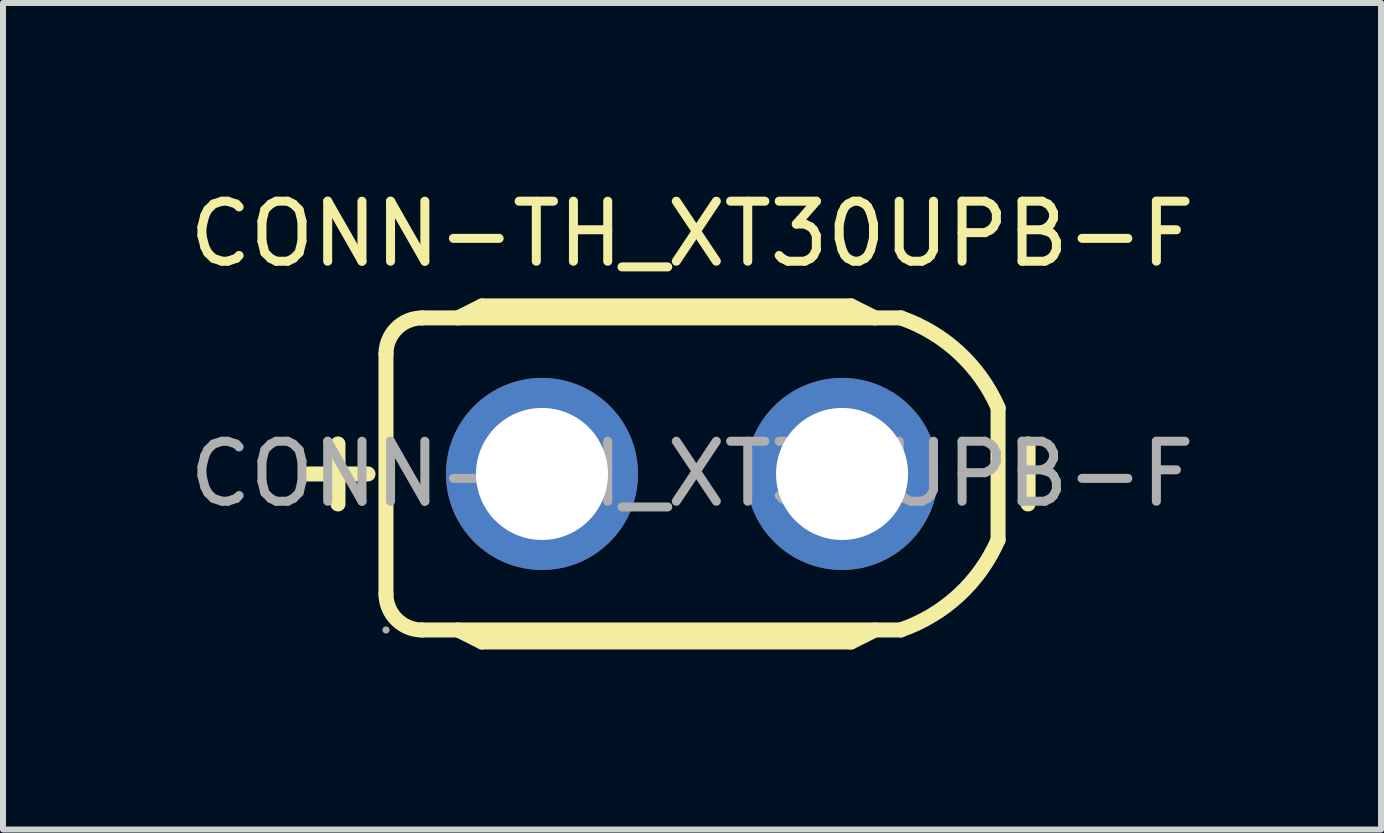
<source format=kicad_pcb>
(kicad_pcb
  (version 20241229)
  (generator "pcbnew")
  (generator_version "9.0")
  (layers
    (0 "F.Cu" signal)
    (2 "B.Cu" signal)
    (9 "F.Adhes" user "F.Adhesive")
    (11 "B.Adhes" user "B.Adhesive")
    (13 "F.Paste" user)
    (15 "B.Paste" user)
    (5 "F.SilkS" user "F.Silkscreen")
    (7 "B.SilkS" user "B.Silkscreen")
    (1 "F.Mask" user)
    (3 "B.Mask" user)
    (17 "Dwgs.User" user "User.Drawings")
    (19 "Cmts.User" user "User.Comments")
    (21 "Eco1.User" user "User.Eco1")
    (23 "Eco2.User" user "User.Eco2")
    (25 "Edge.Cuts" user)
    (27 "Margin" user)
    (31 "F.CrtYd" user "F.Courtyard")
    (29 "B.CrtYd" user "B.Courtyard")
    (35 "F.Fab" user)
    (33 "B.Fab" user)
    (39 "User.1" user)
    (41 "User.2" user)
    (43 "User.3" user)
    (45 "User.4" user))
  (footprint "CONN-TH_XT30UPB-F"
    (layer "F.Cu")
    (at 8.482 4.848)
    (property "Reference" "CONN-TH_XT30UPB-F" (at 0 -4 0) (layer "F.SilkS") (effects (font (size 1 1) (thickness 0.15))))
    (attr through_hole)
    (fp_line (start -6.4 0) (end -5.4 0) (stroke (width 0.25) (type solid)) (layer "F.SilkS"))
    (fp_line (start -5.9 0.5) (end -5.9 -0.5) (stroke (width 0.25) (type solid)) (layer "F.SilkS"))
    (fp_line (start -5.1 2) (end -5.1 -2) (stroke (width 0.25) (type solid)) (layer "F.SilkS"))
    (fp_line (start -4.5 -2.6) (end 3.48 -2.6) (stroke (width 0.25) (type solid)) (layer "F.SilkS"))
    (fp_line (start -4.5 2.6) (end 3.48 2.6) (stroke (width 0.25) (type solid)) (layer "F.SilkS"))
    (fp_line (start -3.9 -2.6) (end -3.5 -2.8) (stroke (width 0.25) (type solid)) (layer "F.SilkS"))
    (fp_line (start -3.9 2.6) (end -3.5 2.8) (stroke (width 0.25) (type solid)) (layer "F.SilkS"))
    (fp_line (start 2.65 -2.8) (end -3.5 -2.8) (stroke (width 0.25) (type solid)) (layer "F.SilkS"))
    (fp_line (start 2.65 2.8) (end -3.5 2.8) (stroke (width 0.25) (type solid)) (layer "F.SilkS"))
    (fp_line (start 3.05 -2.6) (end 2.65 -2.8) (stroke (width 0.25) (type solid)) (layer "F.SilkS"))
    (fp_line (start 3.05 2.6) (end 2.65 2.8) (stroke (width 0.25) (type solid)) (layer "F.SilkS"))
    (fp_line (start 5.1 1.1) (end 5.1 -1.1) (stroke (width 0.25) (type solid)) (layer "F.SilkS"))
    (fp_line (start 5.6 0.5) (end 5.6 -0.5) (stroke (width 0.25) (type solid)) (layer "F.SilkS"))
    (fp_arc (start -5.1 -2) (mid -4.924264 -2.424264) (end -4.5 -2.6) (stroke (width 0.25) (type solid)) (layer "F.SilkS"))
    (fp_arc (start -4.5 2.6) (mid -4.924264 2.424264) (end -5.1 2) (stroke (width 0.25) (type solid)) (layer "F.SilkS"))
    (fp_arc (start 3.48 -2.6) (mid 4.447927 -2.020111) (end 5.101698 -1.100472) (stroke (width 0.25) (type solid)) (layer "F.SilkS"))
    (fp_arc (start 5.1 1.1) (mid 4.446561 2.018997) (end 3.479196 2.598432) (stroke (width 0.25) (type solid)) (layer "F.SilkS"))
    (fp_circle (center -5.1 2.6) (end -5.07 2.6) (stroke (width 0.06) (type solid)) (fill no) (layer "F.Fab"))
    (fp_circle (center -2.5 0) (end -2.1 0) (stroke (width 0.8) (type solid)) (fill no) (layer "F.Fab"))
    (fp_circle (center 2.5 0) (end 2.9 0) (stroke (width 0.8) (type solid)) (fill no) (layer "F.Fab"))
    (fp_text user "${REFERENCE}" (at 0 0 0) (layer "F.Fab") (effects (font (size 1 1) (thickness 0.15))))
    (pad "1" thru_hole circle (at -2.5 0 90) (size 3.2 3.2) (drill 2.2) (layers "*.Cu" "*.Mask"))
    (pad "2" thru_hole circle (at 2.5 0 90) (size 3.2 3.2) (drill 2.2) (layers "*.Cu" "*.Mask")))
  (gr_rect
    (start -3 -3)
    (end 19.964 10.773)
    (stroke (width 0.1) (type default))
    (fill no)
    (layer "Edge.Cuts")))
</source>
